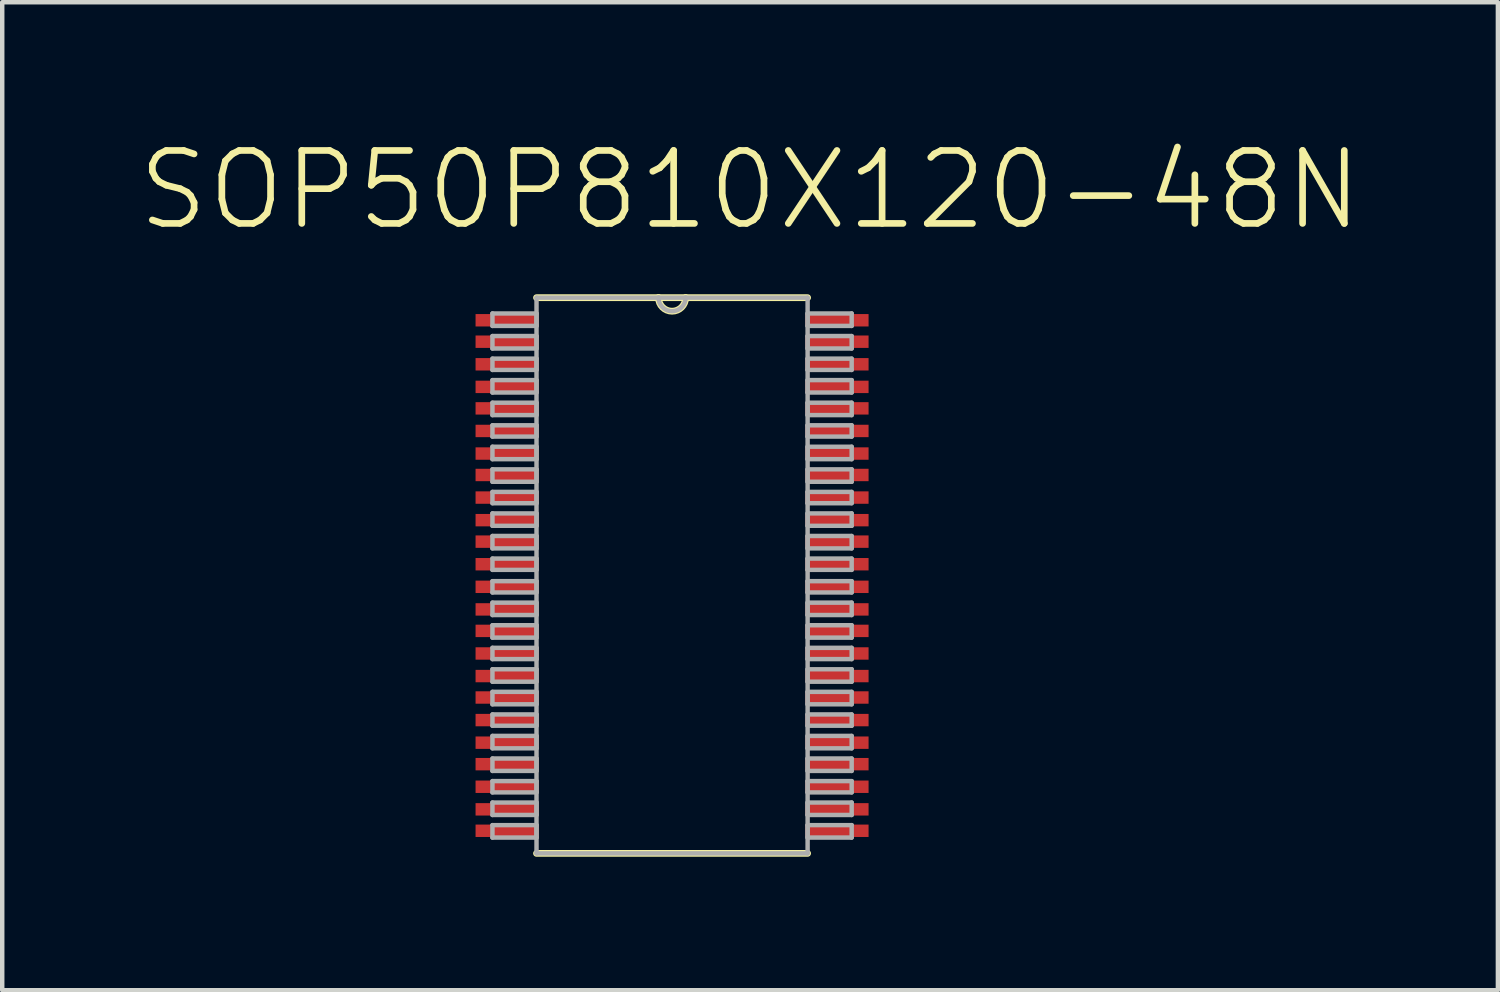
<source format=kicad_pcb>
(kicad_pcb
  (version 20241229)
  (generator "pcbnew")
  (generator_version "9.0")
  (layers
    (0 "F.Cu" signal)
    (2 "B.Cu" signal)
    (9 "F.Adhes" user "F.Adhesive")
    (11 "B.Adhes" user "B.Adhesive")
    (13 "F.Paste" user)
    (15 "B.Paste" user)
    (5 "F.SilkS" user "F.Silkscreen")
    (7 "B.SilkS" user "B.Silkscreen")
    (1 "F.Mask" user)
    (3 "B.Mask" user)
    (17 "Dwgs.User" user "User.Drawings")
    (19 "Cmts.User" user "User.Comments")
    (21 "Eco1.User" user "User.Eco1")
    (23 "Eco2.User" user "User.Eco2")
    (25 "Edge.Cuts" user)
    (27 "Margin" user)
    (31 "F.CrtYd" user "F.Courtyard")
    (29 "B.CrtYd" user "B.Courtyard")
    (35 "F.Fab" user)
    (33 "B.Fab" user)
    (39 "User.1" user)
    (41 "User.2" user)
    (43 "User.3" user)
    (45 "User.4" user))
  (footprint "SOP50P810X120-48N"
    (layer "F.Cu")
    (at 12.063 9.892)
    (property "Reference" "SOP50P810X120-48N" (at 1.754 -8.669 0) (layer "F.SilkS") (effects (font (size 1.641 1.641) (thickness 0.15))))
    (attr through_hole)
    (fp_line (start -3.048 6.248) (end 3.048 6.248) (stroke (width 0.152) (type solid)) (layer "F.SilkS"))
    (fp_line (start -0.305 -6.248) (end -3.048 -6.248) (stroke (width 0.152) (type solid)) (layer "F.SilkS"))
    (fp_line (start 0.305 -6.248) (end -0.305 -6.248) (stroke (width 0.152) (type solid)) (layer "F.SilkS"))
    (fp_line (start 3.048 -6.248) (end 0.305 -6.248) (stroke (width 0.152) (type solid)) (layer "F.SilkS"))
    (fp_arc (start 0.3048 -6.2484) (mid 0 -5.9436) (end -0.3048 -6.2484) (stroke (width 0.1524) (type solid)) (layer "F.SilkS"))
    (fp_line (start -4.039 -5.893) (end -4.039 -5.613) (stroke (width 0.1) (type solid)) (layer "F.Fab"))
    (fp_line (start -4.039 -5.613) (end -3.048 -5.613) (stroke (width 0.1) (type solid)) (layer "F.Fab"))
    (fp_line (start -4.039 -5.385) (end -4.039 -5.105) (stroke (width 0.1) (type solid)) (layer "F.Fab"))
    (fp_line (start -4.039 -5.105) (end -3.048 -5.105) (stroke (width 0.1) (type solid)) (layer "F.Fab"))
    (fp_line (start -4.039 -4.877) (end -4.039 -4.623) (stroke (width 0.1) (type solid)) (layer "F.Fab"))
    (fp_line (start -4.039 -4.623) (end -3.048 -4.623) (stroke (width 0.1) (type solid)) (layer "F.Fab"))
    (fp_line (start -4.039 -4.394) (end -4.039 -4.115) (stroke (width 0.1) (type solid)) (layer "F.Fab"))
    (fp_line (start -4.039 -4.115) (end -3.048 -4.115) (stroke (width 0.1) (type solid)) (layer "F.Fab"))
    (fp_line (start -4.039 -3.886) (end -4.039 -3.607) (stroke (width 0.1) (type solid)) (layer "F.Fab"))
    (fp_line (start -4.039 -3.607) (end -3.048 -3.607) (stroke (width 0.1) (type solid)) (layer "F.Fab"))
    (fp_line (start -4.039 -3.378) (end -4.039 -3.124) (stroke (width 0.1) (type solid)) (layer "F.Fab"))
    (fp_line (start -4.039 -3.124) (end -3.048 -3.124) (stroke (width 0.1) (type solid)) (layer "F.Fab"))
    (fp_line (start -4.039 -2.896) (end -4.039 -2.616) (stroke (width 0.1) (type solid)) (layer "F.Fab"))
    (fp_line (start -4.039 -2.616) (end -3.048 -2.616) (stroke (width 0.1) (type solid)) (layer "F.Fab"))
    (fp_line (start -4.039 -2.388) (end -4.039 -2.108) (stroke (width 0.1) (type solid)) (layer "F.Fab"))
    (fp_line (start -4.039 -2.108) (end -3.048 -2.108) (stroke (width 0.1) (type solid)) (layer "F.Fab"))
    (fp_line (start -4.039 -1.88) (end -4.039 -1.626) (stroke (width 0.1) (type solid)) (layer "F.Fab"))
    (fp_line (start -4.039 -1.626) (end -3.048 -1.626) (stroke (width 0.1) (type solid)) (layer "F.Fab"))
    (fp_line (start -4.039 -1.397) (end -4.039 -1.118) (stroke (width 0.1) (type solid)) (layer "F.Fab"))
    (fp_line (start -4.039 -1.118) (end -3.048 -1.118) (stroke (width 0.1) (type solid)) (layer "F.Fab"))
    (fp_line (start -4.039 -0.889) (end -4.039 -0.61) (stroke (width 0.1) (type solid)) (layer "F.Fab"))
    (fp_line (start -4.039 -0.61) (end -3.048 -0.61) (stroke (width 0.1) (type solid)) (layer "F.Fab"))
    (fp_line (start -4.039 -0.381) (end -4.039 -0.127) (stroke (width 0.1) (type solid)) (layer "F.Fab"))
    (fp_line (start -4.039 -0.127) (end -3.048 -0.127) (stroke (width 0.1) (type solid)) (layer "F.Fab"))
    (fp_line (start -4.039 0.127) (end -4.039 0.381) (stroke (width 0.1) (type solid)) (layer "F.Fab"))
    (fp_line (start -4.039 0.381) (end -3.048 0.381) (stroke (width 0.1) (type solid)) (layer "F.Fab"))
    (fp_line (start -4.039 0.61) (end -4.039 0.889) (stroke (width 0.1) (type solid)) (layer "F.Fab"))
    (fp_line (start -4.039 0.889) (end -3.048 0.889) (stroke (width 0.1) (type solid)) (layer "F.Fab"))
    (fp_line (start -4.039 1.118) (end -4.039 1.397) (stroke (width 0.1) (type solid)) (layer "F.Fab"))
    (fp_line (start -4.039 1.397) (end -3.048 1.397) (stroke (width 0.1) (type solid)) (layer "F.Fab"))
    (fp_line (start -4.039 1.626) (end -4.039 1.88) (stroke (width 0.1) (type solid)) (layer "F.Fab"))
    (fp_line (start -4.039 1.88) (end -3.048 1.88) (stroke (width 0.1) (type solid)) (layer "F.Fab"))
    (fp_line (start -4.039 2.108) (end -4.039 2.388) (stroke (width 0.1) (type solid)) (layer "F.Fab"))
    (fp_line (start -4.039 2.388) (end -3.048 2.388) (stroke (width 0.1) (type solid)) (layer "F.Fab"))
    (fp_line (start -4.039 2.616) (end -4.039 2.896) (stroke (width 0.1) (type solid)) (layer "F.Fab"))
    (fp_line (start -4.039 2.896) (end -3.048 2.896) (stroke (width 0.1) (type solid)) (layer "F.Fab"))
    (fp_line (start -4.039 3.124) (end -4.039 3.378) (stroke (width 0.1) (type solid)) (layer "F.Fab"))
    (fp_line (start -4.039 3.378) (end -3.048 3.378) (stroke (width 0.1) (type solid)) (layer "F.Fab"))
    (fp_line (start -4.039 3.607) (end -4.039 3.886) (stroke (width 0.1) (type solid)) (layer "F.Fab"))
    (fp_line (start -4.039 3.886) (end -3.048 3.886) (stroke (width 0.1) (type solid)) (layer "F.Fab"))
    (fp_line (start -4.039 4.115) (end -4.039 4.394) (stroke (width 0.1) (type solid)) (layer "F.Fab"))
    (fp_line (start -4.039 4.394) (end -3.048 4.394) (stroke (width 0.1) (type solid)) (layer "F.Fab"))
    (fp_line (start -4.039 4.623) (end -4.039 4.877) (stroke (width 0.1) (type solid)) (layer "F.Fab"))
    (fp_line (start -4.039 4.877) (end -3.048 4.877) (stroke (width 0.1) (type solid)) (layer "F.Fab"))
    (fp_line (start -4.039 5.105) (end -4.039 5.385) (stroke (width 0.1) (type solid)) (layer "F.Fab"))
    (fp_line (start -4.039 5.385) (end -3.048 5.385) (stroke (width 0.1) (type solid)) (layer "F.Fab"))
    (fp_line (start -4.039 5.613) (end -4.039 5.893) (stroke (width 0.1) (type solid)) (layer "F.Fab"))
    (fp_line (start -4.039 5.893) (end -3.048 5.893) (stroke (width 0.1) (type solid)) (layer "F.Fab"))
    (fp_line (start -3.048 -6.248) (end -3.048 6.248) (stroke (width 0.1) (type solid)) (layer "F.Fab"))
    (fp_line (start -3.048 -5.893) (end -4.039 -5.893) (stroke (width 0.1) (type solid)) (layer "F.Fab"))
    (fp_line (start -3.048 -5.613) (end -3.048 -5.893) (stroke (width 0.1) (type solid)) (layer "F.Fab"))
    (fp_line (start -3.048 -5.385) (end -4.039 -5.385) (stroke (width 0.1) (type solid)) (layer "F.Fab"))
    (fp_line (start -3.048 -5.105) (end -3.048 -5.385) (stroke (width 0.1) (type solid)) (layer "F.Fab"))
    (fp_line (start -3.048 -4.877) (end -4.039 -4.877) (stroke (width 0.1) (type solid)) (layer "F.Fab"))
    (fp_line (start -3.048 -4.623) (end -3.048 -4.877) (stroke (width 0.1) (type solid)) (layer "F.Fab"))
    (fp_line (start -3.048 -4.394) (end -4.039 -4.394) (stroke (width 0.1) (type solid)) (layer "F.Fab"))
    (fp_line (start -3.048 -4.115) (end -3.048 -4.394) (stroke (width 0.1) (type solid)) (layer "F.Fab"))
    (fp_line (start -3.048 -3.886) (end -4.039 -3.886) (stroke (width 0.1) (type solid)) (layer "F.Fab"))
    (fp_line (start -3.048 -3.607) (end -3.048 -3.886) (stroke (width 0.1) (type solid)) (layer "F.Fab"))
    (fp_line (start -3.048 -3.378) (end -4.039 -3.378) (stroke (width 0.1) (type solid)) (layer "F.Fab"))
    (fp_line (start -3.048 -3.124) (end -3.048 -3.378) (stroke (width 0.1) (type solid)) (layer "F.Fab"))
    (fp_line (start -3.048 -2.896) (end -4.039 -2.896) (stroke (width 0.1) (type solid)) (layer "F.Fab"))
    (fp_line (start -3.048 -2.616) (end -3.048 -2.896) (stroke (width 0.1) (type solid)) (layer "F.Fab"))
    (fp_line (start -3.048 -2.388) (end -4.039 -2.388) (stroke (width 0.1) (type solid)) (layer "F.Fab"))
    (fp_line (start -3.048 -2.108) (end -3.048 -2.388) (stroke (width 0.1) (type solid)) (layer "F.Fab"))
    (fp_line (start -3.048 -1.88) (end -4.039 -1.88) (stroke (width 0.1) (type solid)) (layer "F.Fab"))
    (fp_line (start -3.048 -1.626) (end -3.048 -1.88) (stroke (width 0.1) (type solid)) (layer "F.Fab"))
    (fp_line (start -3.048 -1.397) (end -4.039 -1.397) (stroke (width 0.1) (type solid)) (layer "F.Fab"))
    (fp_line (start -3.048 -1.118) (end -3.048 -1.397) (stroke (width 0.1) (type solid)) (layer "F.Fab"))
    (fp_line (start -3.048 -0.889) (end -4.039 -0.889) (stroke (width 0.1) (type solid)) (layer "F.Fab"))
    (fp_line (start -3.048 -0.61) (end -3.048 -0.889) (stroke (width 0.1) (type solid)) (layer "F.Fab"))
    (fp_line (start -3.048 -0.381) (end -4.039 -0.381) (stroke (width 0.1) (type solid)) (layer "F.Fab"))
    (fp_line (start -3.048 -0.127) (end -3.048 -0.381) (stroke (width 0.1) (type solid)) (layer "F.Fab"))
    (fp_line (start -3.048 0.127) (end -4.039 0.127) (stroke (width 0.1) (type solid)) (layer "F.Fab"))
    (fp_line (start -3.048 0.381) (end -3.048 0.127) (stroke (width 0.1) (type solid)) (layer "F.Fab"))
    (fp_line (start -3.048 0.61) (end -4.039 0.61) (stroke (width 0.1) (type solid)) (layer "F.Fab"))
    (fp_line (start -3.048 0.889) (end -3.048 0.61) (stroke (width 0.1) (type solid)) (layer "F.Fab"))
    (fp_line (start -3.048 1.118) (end -4.039 1.118) (stroke (width 0.1) (type solid)) (layer "F.Fab"))
    (fp_line (start -3.048 1.397) (end -3.048 1.118) (stroke (width 0.1) (type solid)) (layer "F.Fab"))
    (fp_line (start -3.048 1.626) (end -4.039 1.626) (stroke (width 0.1) (type solid)) (layer "F.Fab"))
    (fp_line (start -3.048 1.88) (end -3.048 1.626) (stroke (width 0.1) (type solid)) (layer "F.Fab"))
    (fp_line (start -3.048 2.108) (end -4.039 2.108) (stroke (width 0.1) (type solid)) (layer "F.Fab"))
    (fp_line (start -3.048 2.388) (end -3.048 2.108) (stroke (width 0.1) (type solid)) (layer "F.Fab"))
    (fp_line (start -3.048 2.616) (end -4.039 2.616) (stroke (width 0.1) (type solid)) (layer "F.Fab"))
    (fp_line (start -3.048 2.896) (end -3.048 2.616) (stroke (width 0.1) (type solid)) (layer "F.Fab"))
    (fp_line (start -3.048 3.124) (end -4.039 3.124) (stroke (width 0.1) (type solid)) (layer "F.Fab"))
    (fp_line (start -3.048 3.378) (end -3.048 3.124) (stroke (width 0.1) (type solid)) (layer "F.Fab"))
    (fp_line (start -3.048 3.607) (end -4.039 3.607) (stroke (width 0.1) (type solid)) (layer "F.Fab"))
    (fp_line (start -3.048 3.886) (end -3.048 3.607) (stroke (width 0.1) (type solid)) (layer "F.Fab"))
    (fp_line (start -3.048 4.115) (end -4.039 4.115) (stroke (width 0.1) (type solid)) (layer "F.Fab"))
    (fp_line (start -3.048 4.394) (end -3.048 4.115) (stroke (width 0.1) (type solid)) (layer "F.Fab"))
    (fp_line (start -3.048 4.623) (end -4.039 4.623) (stroke (width 0.1) (type solid)) (layer "F.Fab"))
    (fp_line (start -3.048 4.877) (end -3.048 4.623) (stroke (width 0.1) (type solid)) (layer "F.Fab"))
    (fp_line (start -3.048 5.105) (end -4.039 5.105) (stroke (width 0.1) (type solid)) (layer "F.Fab"))
    (fp_line (start -3.048 5.385) (end -3.048 5.105) (stroke (width 0.1) (type solid)) (layer "F.Fab"))
    (fp_line (start -3.048 5.613) (end -4.039 5.613) (stroke (width 0.1) (type solid)) (layer "F.Fab"))
    (fp_line (start -3.048 5.893) (end -3.048 5.613) (stroke (width 0.1) (type solid)) (layer "F.Fab"))
    (fp_line (start -3.048 6.248) (end 3.048 6.248) (stroke (width 0.1) (type solid)) (layer "F.Fab"))
    (fp_line (start -0.305 -6.248) (end -3.048 -6.248) (stroke (width 0.1) (type solid)) (layer "F.Fab"))
    (fp_line (start 0.305 -6.248) (end -0.305 -6.248) (stroke (width 0.1) (type solid)) (layer "F.Fab"))
    (fp_line (start 3.048 -6.248) (end 0.305 -6.248) (stroke (width 0.1) (type solid)) (layer "F.Fab"))
    (fp_line (start 3.048 -5.893) (end 3.048 -5.613) (stroke (width 0.1) (type solid)) (layer "F.Fab"))
    (fp_line (start 3.048 -5.613) (end 4.039 -5.613) (stroke (width 0.1) (type solid)) (layer "F.Fab"))
    (fp_line (start 3.048 -5.385) (end 3.048 -5.105) (stroke (width 0.1) (type solid)) (layer "F.Fab"))
    (fp_line (start 3.048 -5.105) (end 4.039 -5.105) (stroke (width 0.1) (type solid)) (layer "F.Fab"))
    (fp_line (start 3.048 -4.877) (end 3.048 -4.623) (stroke (width 0.1) (type solid)) (layer "F.Fab"))
    (fp_line (start 3.048 -4.623) (end 4.039 -4.623) (stroke (width 0.1) (type solid)) (layer "F.Fab"))
    (fp_line (start 3.048 -4.394) (end 3.048 -4.115) (stroke (width 0.1) (type solid)) (layer "F.Fab"))
    (fp_line (start 3.048 -4.115) (end 4.039 -4.115) (stroke (width 0.1) (type solid)) (layer "F.Fab"))
    (fp_line (start 3.048 -3.886) (end 3.048 -3.607) (stroke (width 0.1) (type solid)) (layer "F.Fab"))
    (fp_line (start 3.048 -3.607) (end 4.039 -3.607) (stroke (width 0.1) (type solid)) (layer "F.Fab"))
    (fp_line (start 3.048 -3.378) (end 3.048 -3.124) (stroke (width 0.1) (type solid)) (layer "F.Fab"))
    (fp_line (start 3.048 -3.124) (end 4.039 -3.124) (stroke (width 0.1) (type solid)) (layer "F.Fab"))
    (fp_line (start 3.048 -2.896) (end 3.048 -2.616) (stroke (width 0.1) (type solid)) (layer "F.Fab"))
    (fp_line (start 3.048 -2.616) (end 4.039 -2.616) (stroke (width 0.1) (type solid)) (layer "F.Fab"))
    (fp_line (start 3.048 -2.388) (end 3.048 -2.108) (stroke (width 0.1) (type solid)) (layer "F.Fab"))
    (fp_line (start 3.048 -2.108) (end 4.039 -2.108) (stroke (width 0.1) (type solid)) (layer "F.Fab"))
    (fp_line (start 3.048 -1.88) (end 3.048 -1.626) (stroke (width 0.1) (type solid)) (layer "F.Fab"))
    (fp_line (start 3.048 -1.626) (end 4.039 -1.626) (stroke (width 0.1) (type solid)) (layer "F.Fab"))
    (fp_line (start 3.048 -1.397) (end 3.048 -1.118) (stroke (width 0.1) (type solid)) (layer "F.Fab"))
    (fp_line (start 3.048 -1.118) (end 4.039 -1.118) (stroke (width 0.1) (type solid)) (layer "F.Fab"))
    (fp_line (start 3.048 -0.889) (end 3.048 -0.61) (stroke (width 0.1) (type solid)) (layer "F.Fab"))
    (fp_line (start 3.048 -0.61) (end 4.039 -0.61) (stroke (width 0.1) (type solid)) (layer "F.Fab"))
    (fp_line (start 3.048 -0.381) (end 3.048 -0.127) (stroke (width 0.1) (type solid)) (layer "F.Fab"))
    (fp_line (start 3.048 -0.127) (end 4.039 -0.127) (stroke (width 0.1) (type solid)) (layer "F.Fab"))
    (fp_line (start 3.048 0.127) (end 3.048 0.381) (stroke (width 0.1) (type solid)) (layer "F.Fab"))
    (fp_line (start 3.048 0.381) (end 4.039 0.381) (stroke (width 0.1) (type solid)) (layer "F.Fab"))
    (fp_line (start 3.048 0.61) (end 3.048 0.889) (stroke (width 0.1) (type solid)) (layer "F.Fab"))
    (fp_line (start 3.048 0.889) (end 4.039 0.889) (stroke (width 0.1) (type solid)) (layer "F.Fab"))
    (fp_line (start 3.048 1.118) (end 3.048 1.397) (stroke (width 0.1) (type solid)) (layer "F.Fab"))
    (fp_line (start 3.048 1.397) (end 4.039 1.397) (stroke (width 0.1) (type solid)) (layer "F.Fab"))
    (fp_line (start 3.048 1.626) (end 3.048 1.88) (stroke (width 0.1) (type solid)) (layer "F.Fab"))
    (fp_line (start 3.048 1.88) (end 4.039 1.88) (stroke (width 0.1) (type solid)) (layer "F.Fab"))
    (fp_line (start 3.048 2.108) (end 3.048 2.388) (stroke (width 0.1) (type solid)) (layer "F.Fab"))
    (fp_line (start 3.048 2.388) (end 4.039 2.388) (stroke (width 0.1) (type solid)) (layer "F.Fab"))
    (fp_line (start 3.048 2.616) (end 3.048 2.896) (stroke (width 0.1) (type solid)) (layer "F.Fab"))
    (fp_line (start 3.048 2.896) (end 4.039 2.896) (stroke (width 0.1) (type solid)) (layer "F.Fab"))
    (fp_line (start 3.048 3.124) (end 3.048 3.378) (stroke (width 0.1) (type solid)) (layer "F.Fab"))
    (fp_line (start 3.048 3.378) (end 4.039 3.378) (stroke (width 0.1) (type solid)) (layer "F.Fab"))
    (fp_line (start 3.048 3.607) (end 3.048 3.886) (stroke (width 0.1) (type solid)) (layer "F.Fab"))
    (fp_line (start 3.048 3.886) (end 4.039 3.886) (stroke (width 0.1) (type solid)) (layer "F.Fab"))
    (fp_line (start 3.048 4.115) (end 3.048 4.394) (stroke (width 0.1) (type solid)) (layer "F.Fab"))
    (fp_line (start 3.048 4.394) (end 4.039 4.394) (stroke (width 0.1) (type solid)) (layer "F.Fab"))
    (fp_line (start 3.048 4.623) (end 3.048 4.877) (stroke (width 0.1) (type solid)) (layer "F.Fab"))
    (fp_line (start 3.048 4.877) (end 4.039 4.877) (stroke (width 0.1) (type solid)) (layer "F.Fab"))
    (fp_line (start 3.048 5.105) (end 3.048 5.385) (stroke (width 0.1) (type solid)) (layer "F.Fab"))
    (fp_line (start 3.048 5.385) (end 4.039 5.385) (stroke (width 0.1) (type solid)) (layer "F.Fab"))
    (fp_line (start 3.048 5.613) (end 3.048 5.893) (stroke (width 0.1) (type solid)) (layer "F.Fab"))
    (fp_line (start 3.048 5.893) (end 4.039 5.893) (stroke (width 0.1) (type solid)) (layer "F.Fab"))
    (fp_line (start 3.048 6.248) (end 3.048 -6.248) (stroke (width 0.1) (type solid)) (layer "F.Fab"))
    (fp_line (start 4.039 -5.893) (end 3.048 -5.893) (stroke (width 0.1) (type solid)) (layer "F.Fab"))
    (fp_line (start 4.039 -5.613) (end 4.039 -5.893) (stroke (width 0.1) (type solid)) (layer "F.Fab"))
    (fp_line (start 4.039 -5.385) (end 3.048 -5.385) (stroke (width 0.1) (type solid)) (layer "F.Fab"))
    (fp_line (start 4.039 -5.105) (end 4.039 -5.385) (stroke (width 0.1) (type solid)) (layer "F.Fab"))
    (fp_line (start 4.039 -4.877) (end 3.048 -4.877) (stroke (width 0.1) (type solid)) (layer "F.Fab"))
    (fp_line (start 4.039 -4.623) (end 4.039 -4.877) (stroke (width 0.1) (type solid)) (layer "F.Fab"))
    (fp_line (start 4.039 -4.394) (end 3.048 -4.394) (stroke (width 0.1) (type solid)) (layer "F.Fab"))
    (fp_line (start 4.039 -4.115) (end 4.039 -4.394) (stroke (width 0.1) (type solid)) (layer "F.Fab"))
    (fp_line (start 4.039 -3.886) (end 3.048 -3.886) (stroke (width 0.1) (type solid)) (layer "F.Fab"))
    (fp_line (start 4.039 -3.607) (end 4.039 -3.886) (stroke (width 0.1) (type solid)) (layer "F.Fab"))
    (fp_line (start 4.039 -3.378) (end 3.048 -3.378) (stroke (width 0.1) (type solid)) (layer "F.Fab"))
    (fp_line (start 4.039 -3.124) (end 4.039 -3.378) (stroke (width 0.1) (type solid)) (layer "F.Fab"))
    (fp_line (start 4.039 -2.896) (end 3.048 -2.896) (stroke (width 0.1) (type solid)) (layer "F.Fab"))
    (fp_line (start 4.039 -2.616) (end 4.039 -2.896) (stroke (width 0.1) (type solid)) (layer "F.Fab"))
    (fp_line (start 4.039 -2.388) (end 3.048 -2.388) (stroke (width 0.1) (type solid)) (layer "F.Fab"))
    (fp_line (start 4.039 -2.108) (end 4.039 -2.388) (stroke (width 0.1) (type solid)) (layer "F.Fab"))
    (fp_line (start 4.039 -1.88) (end 3.048 -1.88) (stroke (width 0.1) (type solid)) (layer "F.Fab"))
    (fp_line (start 4.039 -1.626) (end 4.039 -1.88) (stroke (width 0.1) (type solid)) (layer "F.Fab"))
    (fp_line (start 4.039 -1.397) (end 3.048 -1.397) (stroke (width 0.1) (type solid)) (layer "F.Fab"))
    (fp_line (start 4.039 -1.118) (end 4.039 -1.397) (stroke (width 0.1) (type solid)) (layer "F.Fab"))
    (fp_line (start 4.039 -0.889) (end 3.048 -0.889) (stroke (width 0.1) (type solid)) (layer "F.Fab"))
    (fp_line (start 4.039 -0.61) (end 4.039 -0.889) (stroke (width 0.1) (type solid)) (layer "F.Fab"))
    (fp_line (start 4.039 -0.381) (end 3.048 -0.381) (stroke (width 0.1) (type solid)) (layer "F.Fab"))
    (fp_line (start 4.039 -0.127) (end 4.039 -0.381) (stroke (width 0.1) (type solid)) (layer "F.Fab"))
    (fp_line (start 4.039 0.127) (end 3.048 0.127) (stroke (width 0.1) (type solid)) (layer "F.Fab"))
    (fp_line (start 4.039 0.381) (end 4.039 0.127) (stroke (width 0.1) (type solid)) (layer "F.Fab"))
    (fp_line (start 4.039 0.61) (end 3.048 0.61) (stroke (width 0.1) (type solid)) (layer "F.Fab"))
    (fp_line (start 4.039 0.889) (end 4.039 0.61) (stroke (width 0.1) (type solid)) (layer "F.Fab"))
    (fp_line (start 4.039 1.118) (end 3.048 1.118) (stroke (width 0.1) (type solid)) (layer "F.Fab"))
    (fp_line (start 4.039 1.397) (end 4.039 1.118) (stroke (width 0.1) (type solid)) (layer "F.Fab"))
    (fp_line (start 4.039 1.626) (end 3.048 1.626) (stroke (width 0.1) (type solid)) (layer "F.Fab"))
    (fp_line (start 4.039 1.88) (end 4.039 1.626) (stroke (width 0.1) (type solid)) (layer "F.Fab"))
    (fp_line (start 4.039 2.108) (end 3.048 2.108) (stroke (width 0.1) (type solid)) (layer "F.Fab"))
    (fp_line (start 4.039 2.388) (end 4.039 2.108) (stroke (width 0.1) (type solid)) (layer "F.Fab"))
    (fp_line (start 4.039 2.616) (end 3.048 2.616) (stroke (width 0.1) (type solid)) (layer "F.Fab"))
    (fp_line (start 4.039 2.896) (end 4.039 2.616) (stroke (width 0.1) (type solid)) (layer "F.Fab"))
    (fp_line (start 4.039 3.124) (end 3.048 3.124) (stroke (width 0.1) (type solid)) (layer "F.Fab"))
    (fp_line (start 4.039 3.378) (end 4.039 3.124) (stroke (width 0.1) (type solid)) (layer "F.Fab"))
    (fp_line (start 4.039 3.607) (end 3.048 3.607) (stroke (width 0.1) (type solid)) (layer "F.Fab"))
    (fp_line (start 4.039 3.886) (end 4.039 3.607) (stroke (width 0.1) (type solid)) (layer "F.Fab"))
    (fp_line (start 4.039 4.115) (end 3.048 4.115) (stroke (width 0.1) (type solid)) (layer "F.Fab"))
    (fp_line (start 4.039 4.394) (end 4.039 4.115) (stroke (width 0.1) (type solid)) (layer "F.Fab"))
    (fp_line (start 4.039 4.623) (end 3.048 4.623) (stroke (width 0.1) (type solid)) (layer "F.Fab"))
    (fp_line (start 4.039 4.877) (end 4.039 4.623) (stroke (width 0.1) (type solid)) (layer "F.Fab"))
    (fp_line (start 4.039 5.105) (end 3.048 5.105) (stroke (width 0.1) (type solid)) (layer "F.Fab"))
    (fp_line (start 4.039 5.385) (end 4.039 5.105) (stroke (width 0.1) (type solid)) (layer "F.Fab"))
    (fp_line (start 4.039 5.613) (end 3.048 5.613) (stroke (width 0.1) (type solid)) (layer "F.Fab"))
    (fp_line (start 4.039 5.893) (end 4.039 5.613) (stroke (width 0.1) (type solid)) (layer "F.Fab"))
    (fp_arc (start 0.3048 -6.2484) (mid 0 -5.9436) (end -0.3048 -6.2484) (stroke (width 0.1) (type solid)) (layer "F.Fab"))
    (pad "1" smd rect (at -3.708 -5.74) (size 1.422 0.279) (layers "F.Cu" "F.Mask" "F.Paste"))
    (pad "2" smd rect (at -3.708 -5.258) (size 1.422 0.279) (layers "F.Cu" "F.Mask" "F.Paste"))
    (pad "3" smd rect (at -3.708 -4.75) (size 1.422 0.279) (layers "F.Cu" "F.Mask" "F.Paste"))
    (pad "4" smd rect (at -3.708 -4.242) (size 1.422 0.279) (layers "F.Cu" "F.Mask" "F.Paste"))
    (pad "5" smd rect (at -3.708 -3.759) (size 1.422 0.279) (layers "F.Cu" "F.Mask" "F.Paste"))
    (pad "6" smd rect (at -3.708 -3.251) (size 1.422 0.279) (layers "F.Cu" "F.Mask" "F.Paste"))
    (pad "7" smd rect (at -3.708 -2.743) (size 1.422 0.279) (layers "F.Cu" "F.Mask" "F.Paste"))
    (pad "8" smd rect (at -3.708 -2.261) (size 1.422 0.279) (layers "F.Cu" "F.Mask" "F.Paste"))
    (pad "9" smd rect (at -3.708 -1.753) (size 1.422 0.279) (layers "F.Cu" "F.Mask" "F.Paste"))
    (pad "10" smd rect (at -3.708 -1.245) (size 1.422 0.279) (layers "F.Cu" "F.Mask" "F.Paste"))
    (pad "11" smd rect (at -3.708 -0.762) (size 1.422 0.279) (layers "F.Cu" "F.Mask" "F.Paste"))
    (pad "12" smd rect (at -3.708 -0.254) (size 1.422 0.279) (layers "F.Cu" "F.Mask" "F.Paste"))
    (pad "13" smd rect (at -3.708 0.254) (size 1.422 0.279) (layers "F.Cu" "F.Mask" "F.Paste"))
    (pad "14" smd rect (at -3.708 0.762) (size 1.422 0.279) (layers "F.Cu" "F.Mask" "F.Paste"))
    (pad "15" smd rect (at -3.708 1.245) (size 1.422 0.279) (layers "F.Cu" "F.Mask" "F.Paste"))
    (pad "16" smd rect (at -3.708 1.753) (size 1.422 0.279) (layers "F.Cu" "F.Mask" "F.Paste"))
    (pad "17" smd rect (at -3.708 2.261) (size 1.422 0.279) (layers "F.Cu" "F.Mask" "F.Paste"))
    (pad "18" smd rect (at -3.708 2.743) (size 1.422 0.279) (layers "F.Cu" "F.Mask" "F.Paste"))
    (pad "19" smd rect (at -3.708 3.251) (size 1.422 0.279) (layers "F.Cu" "F.Mask" "F.Paste"))
    (pad "20" smd rect (at -3.708 3.759) (size 1.422 0.279) (layers "F.Cu" "F.Mask" "F.Paste"))
    (pad "21" smd rect (at -3.708 4.242) (size 1.422 0.279) (layers "F.Cu" "F.Mask" "F.Paste"))
    (pad "22" smd rect (at -3.708 4.75) (size 1.422 0.279) (layers "F.Cu" "F.Mask" "F.Paste"))
    (pad "23" smd rect (at -3.708 5.258) (size 1.422 0.279) (layers "F.Cu" "F.Mask" "F.Paste"))
    (pad "24" smd rect (at -3.708 5.74) (size 1.422 0.279) (layers "F.Cu" "F.Mask" "F.Paste"))
    (pad "25" smd rect (at 3.708 5.74) (size 1.422 0.279) (layers "F.Cu" "F.Mask" "F.Paste"))
    (pad "26" smd rect (at 3.708 5.258) (size 1.422 0.279) (layers "F.Cu" "F.Mask" "F.Paste"))
    (pad "27" smd rect (at 3.708 4.75) (size 1.422 0.279) (layers "F.Cu" "F.Mask" "F.Paste"))
    (pad "28" smd rect (at 3.708 4.242) (size 1.422 0.279) (layers "F.Cu" "F.Mask" "F.Paste"))
    (pad "29" smd rect (at 3.708 3.759) (size 1.422 0.279) (layers "F.Cu" "F.Mask" "F.Paste"))
    (pad "30" smd rect (at 3.708 3.251) (size 1.422 0.279) (layers "F.Cu" "F.Mask" "F.Paste"))
    (pad "31" smd rect (at 3.708 2.743) (size 1.422 0.279) (layers "F.Cu" "F.Mask" "F.Paste"))
    (pad "32" smd rect (at 3.708 2.261) (size 1.422 0.279) (layers "F.Cu" "F.Mask" "F.Paste"))
    (pad "33" smd rect (at 3.708 1.753) (size 1.422 0.279) (layers "F.Cu" "F.Mask" "F.Paste"))
    (pad "34" smd rect (at 3.708 1.245) (size 1.422 0.279) (layers "F.Cu" "F.Mask" "F.Paste"))
    (pad "35" smd rect (at 3.708 0.762) (size 1.422 0.279) (layers "F.Cu" "F.Mask" "F.Paste"))
    (pad "36" smd rect (at 3.708 0.254) (size 1.422 0.279) (layers "F.Cu" "F.Mask" "F.Paste"))
    (pad "37" smd rect (at 3.708 -0.254) (size 1.422 0.279) (layers "F.Cu" "F.Mask" "F.Paste"))
    (pad "38" smd rect (at 3.708 -0.762) (size 1.422 0.279) (layers "F.Cu" "F.Mask" "F.Paste"))
    (pad "39" smd rect (at 3.708 -1.245) (size 1.422 0.279) (layers "F.Cu" "F.Mask" "F.Paste"))
    (pad "40" smd rect (at 3.708 -1.753) (size 1.422 0.279) (layers "F.Cu" "F.Mask" "F.Paste"))
    (pad "41" smd rect (at 3.708 -2.261) (size 1.422 0.279) (layers "F.Cu" "F.Mask" "F.Paste"))
    (pad "42" smd rect (at 3.708 -2.743) (size 1.422 0.279) (layers "F.Cu" "F.Mask" "F.Paste"))
    (pad "43" smd rect (at 3.708 -3.251) (size 1.422 0.279) (layers "F.Cu" "F.Mask" "F.Paste"))
    (pad "44" smd rect (at 3.708 -3.759) (size 1.422 0.279) (layers "F.Cu" "F.Mask" "F.Paste"))
    (pad "45" smd rect (at 3.708 -4.242) (size 1.422 0.279) (layers "F.Cu" "F.Mask" "F.Paste"))
    (pad "46" smd rect (at 3.708 -4.75) (size 1.422 0.279) (layers "F.Cu" "F.Mask" "F.Paste"))
    (pad "47" smd rect (at 3.708 -5.258) (size 1.422 0.279) (layers "F.Cu" "F.Mask" "F.Paste"))
    (pad "48" smd rect (at 3.708 -5.74) (size 1.422 0.279) (layers "F.Cu" "F.Mask" "F.Paste")))
  (gr_rect
    (start -3 -3)
    (end 30.634 19.217)
    (stroke (width 0.1) (type default))
    (fill no)
    (layer "Edge.Cuts")))
</source>
